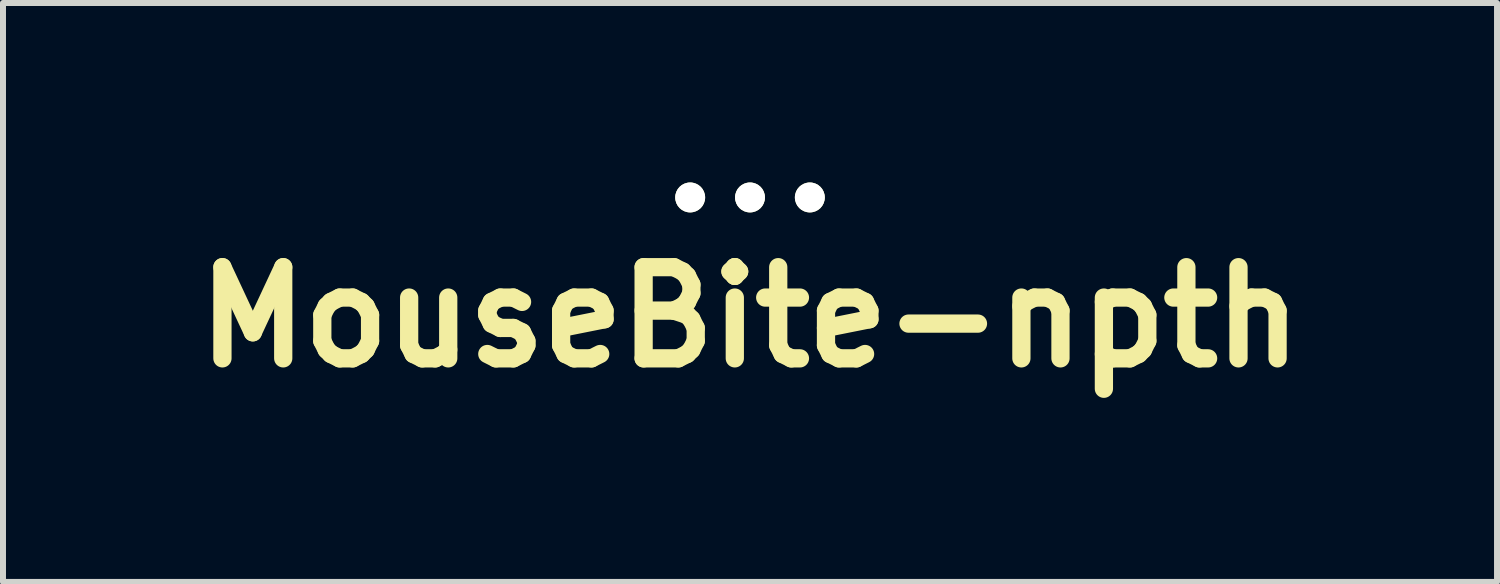
<source format=kicad_pcb>
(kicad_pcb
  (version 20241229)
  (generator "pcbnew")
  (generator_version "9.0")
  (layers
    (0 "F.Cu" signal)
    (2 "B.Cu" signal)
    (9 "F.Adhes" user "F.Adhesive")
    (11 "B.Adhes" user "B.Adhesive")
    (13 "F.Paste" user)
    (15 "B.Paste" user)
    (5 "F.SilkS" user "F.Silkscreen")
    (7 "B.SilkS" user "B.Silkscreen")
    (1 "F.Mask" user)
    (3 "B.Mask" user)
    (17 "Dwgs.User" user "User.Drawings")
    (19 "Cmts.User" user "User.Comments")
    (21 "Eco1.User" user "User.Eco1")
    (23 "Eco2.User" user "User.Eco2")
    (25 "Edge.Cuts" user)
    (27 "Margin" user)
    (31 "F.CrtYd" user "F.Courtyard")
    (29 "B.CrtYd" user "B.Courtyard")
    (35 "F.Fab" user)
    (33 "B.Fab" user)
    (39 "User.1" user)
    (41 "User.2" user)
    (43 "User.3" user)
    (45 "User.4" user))
  (footprint "MouseBite-npth"
    (layer "F.Cu")
    (at 9.485 0.25)
    (property "Reference" "MouseBite-npth" (at 0 2 0) (layer "F.SilkS") (effects (font (size 1.524 1.524) (thickness 0.305))))
    (attr through_hole)
    (pad "" np_thru_hole circle (at -1 0) (size 0.5 0.5) (drill 0.5) (layers "*.Cu" "*.Mask" "F.SilkS"))
    (pad "" np_thru_hole circle (at 0 0) (size 0.5 0.5) (drill 0.5) (layers "*.Cu" "*.Mask" "F.SilkS"))
    (pad "" np_thru_hole circle (at 1 0) (size 0.5 0.5) (drill 0.5) (layers "*.Cu" "*.Mask" "F.SilkS")))
  (gr_rect
    (start -3 -3)
    (end 21.97 6.676)
    (stroke (width 0.1) (type default))
    (fill no)
    (layer "Edge.Cuts")))
</source>
